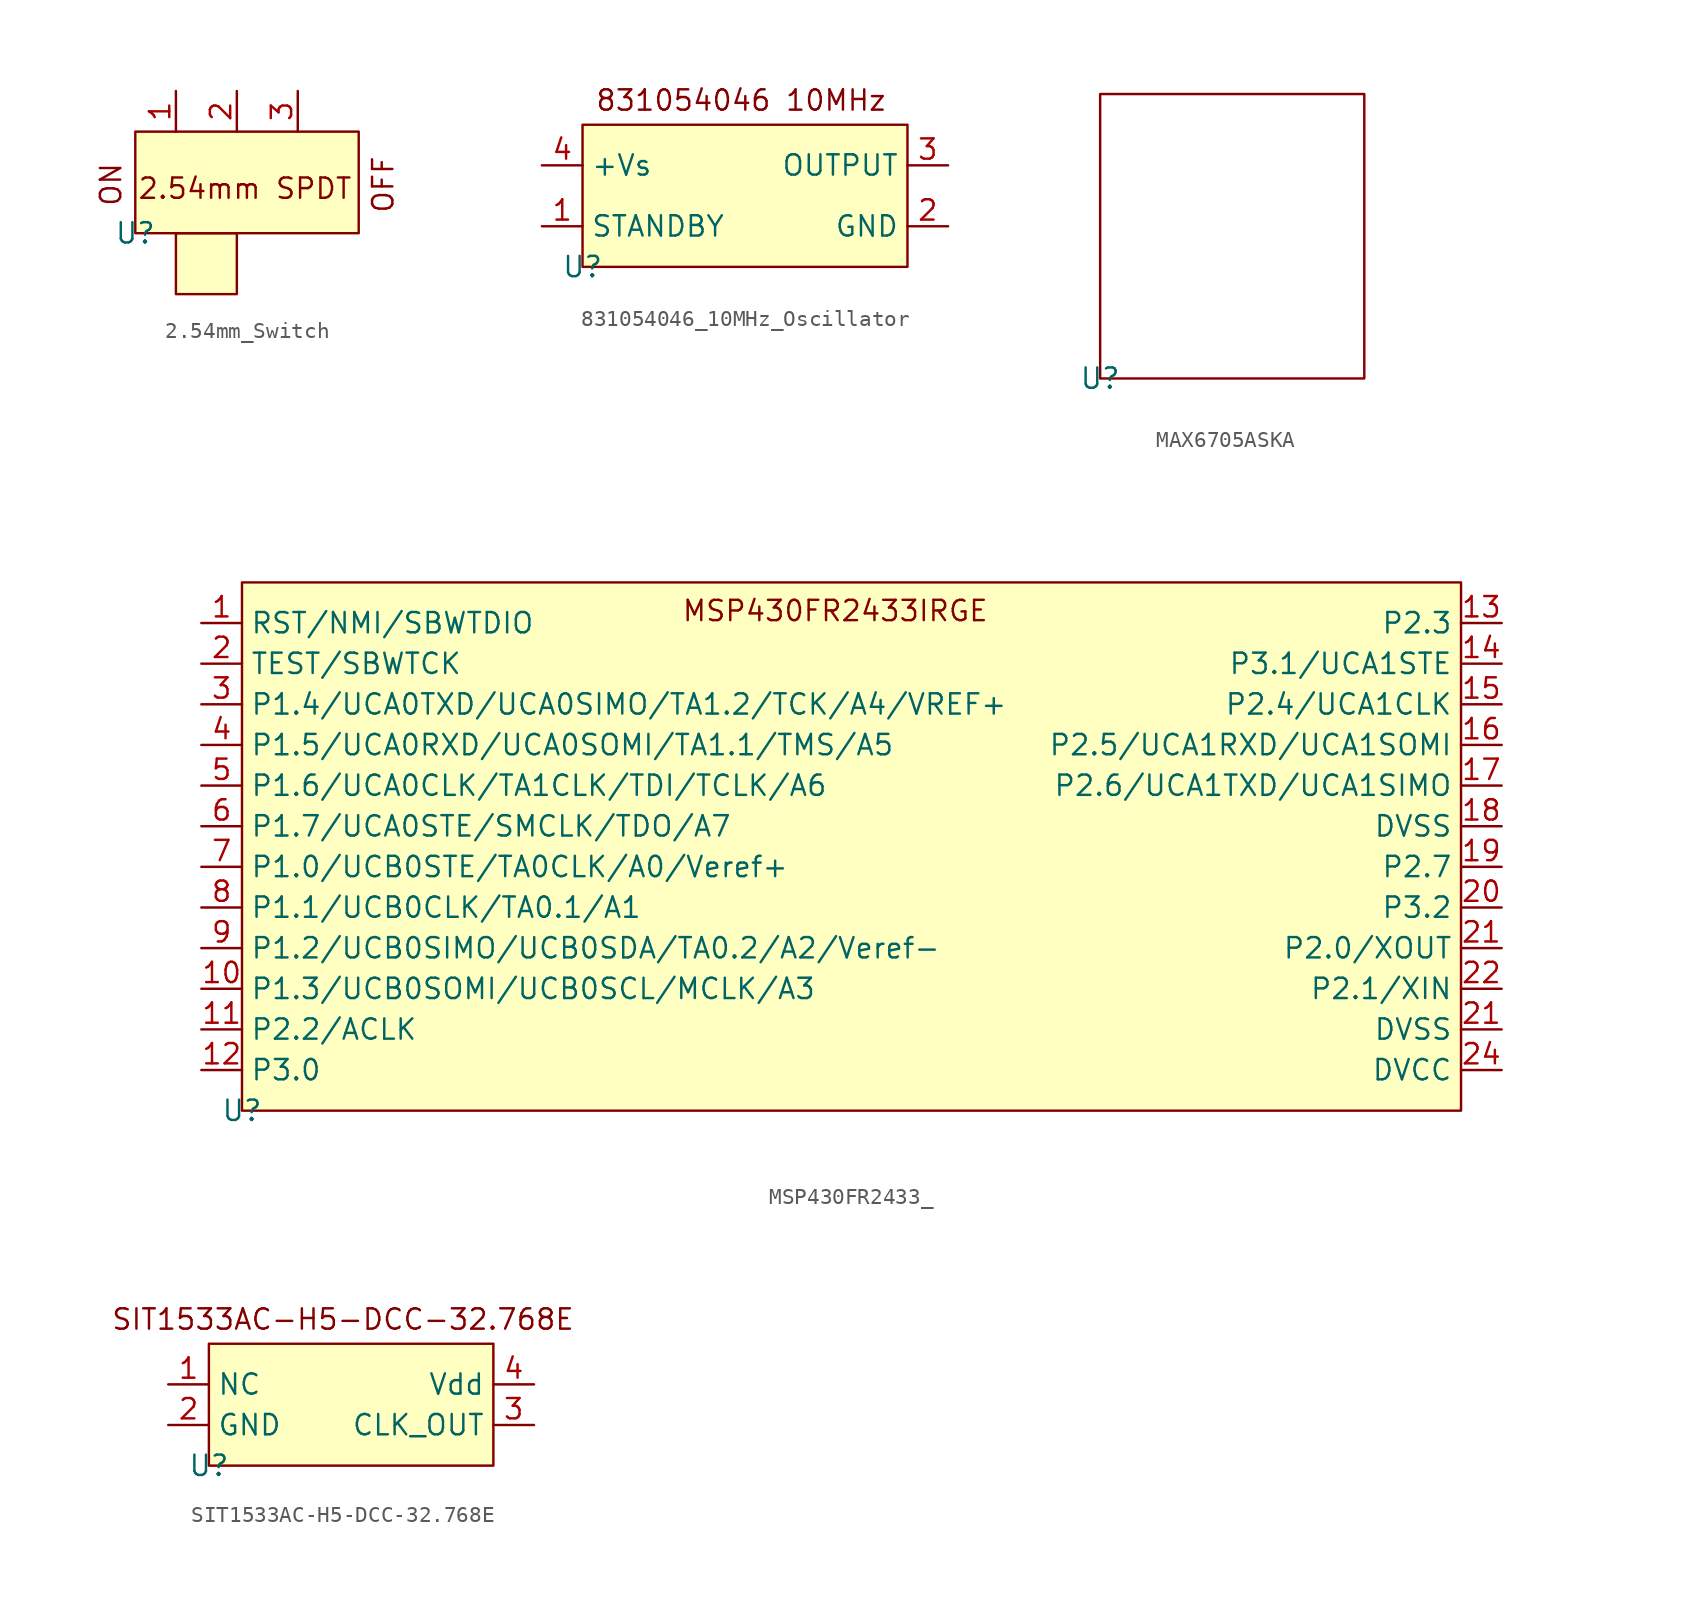
<source format=kicad_sym>
(kicad_symbol_lib
  (version 20231120)
  (generator "kicad_symbol_editor")
  (generator_version "8.0")
  (symbol "2.54mm_Switch"
    (property "Reference" "U"
      (at 0 0 0)
      (effects (font (size 1.27 1.27))))
    (property "Value" ""
      (at 0 0 0)
      (effects (font (size 1.27 1.27))))
    (symbol "2.54mm_Switch_1_1"
      (rectangle (start 0 6.35) (end 13.97 0) (stroke (width 0) (type default)) (fill (type background)))
      (rectangle (start 2.54 0) (end 6.35 -3.81) (stroke (width 0) (type default)) (fill (type background)))
      (text "2.54mm SPDT\n" (at 6.858 2.794 0) (effects (font (size 1.27 1.27))))
      (text "OFF\n" (at 15.494 3.048 900) (effects (font (size 1.27 1.27))))
      (text "ON\n" (at -1.524 3.048 900) (effects (font (size 1.27 1.27))))
      (pin input line (at 2.54 8.89 270) (length 2.54) (name "" (effects (font (size 1.27 1.27)))) (number "1" (effects (font (size 1.27 1.27)))))
      (pin input line (at 6.35 8.89 270) (length 2.54) (name "" (effects (font (size 1.27 1.27)))) (number "2" (effects (font (size 1.27 1.27)))))
      (pin input line (at 10.16 8.89 270) (length 2.54) (name "" (effects (font (size 1.27 1.27)))) (number "3" (effects (font (size 1.27 1.27)))))))
  (symbol "831054046_10MHz_Oscillator"
    (property "Reference" "U"
      (at 0 0 0)
      (effects (font (size 1.27 1.27))))
    (property "Value" ""
      (at 0 0 0)
      (effects (font (size 1.27 1.27))))
    (symbol "831054046_10MHz_Oscillator_1_1"
      (rectangle (start 0 8.89) (end 20.32 0) (stroke (width 0) (type default)) (fill (type background)))
      (text "831054046 10MHz\n" (at 9.906 10.414 0) (effects (font (size 1.27 1.27))))
      (pin input line (at -2.54 2.54 0) (length 2.54) (name "STANDBY" (effects (font (size 1.27 1.27)))) (number "1" (effects (font (size 1.27 1.27)))))
      (pin input line (at 22.86 2.54 180) (length 2.54) (name "GND" (effects (font (size 1.27 1.27)))) (number "2" (effects (font (size 1.27 1.27)))))
      (pin input line (at 22.86 6.35 180) (length 2.54) (name "OUTPUT" (effects (font (size 1.27 1.27)))) (number "3" (effects (font (size 1.27 1.27)))))
      (pin input line (at -2.54 6.35 0) (length 2.54) (name "+Vs" (effects (font (size 1.27 1.27)))) (number "4" (effects (font (size 1.27 1.27)))))))
  (symbol "MAX6705ASKA"
    (property "Reference" "U"
      (at 0 0 0)
      (effects (font (size 1.27 1.27))))
    (property "Value" ""
      (at 0 0 0)
      (effects (font (size 1.27 1.27))))
    (symbol "MAX6705ASKA_0_1"
      (rectangle (start 0 0) (end 16.51 17.78) (stroke (width 0) (type default)) (fill (type none)))))
  (symbol "MSP430FR2433_"
    (property "Reference" "U"
      (at 0 0 0)
      (effects (font (size 1.27 1.27))))
    (property "Value" ""
      (at 0 0 0)
      (effects (font (size 1.27 1.27))))
    (symbol "MSP430FR2433__1_1"
      (rectangle (start 0 33.02) (end 76.2 0) (stroke (width 0) (type default)) (fill (type background)))
      (text "MSP430FR2433IRGE" (at 37.084 31.242 0) (effects (font (size 1.27 1.27))))
      (pin input line (at -2.54 30.48 0) (length 2.54) (name "RST/NMI/SBWTDIO" (effects (font (size 1.27 1.27)))) (number "1" (effects (font (size 1.27 1.27)))))
      (pin input line (at -2.54 7.62 0) (length 2.54) (name "P1.3/UCB0SOMI/UCB0SCL/MCLK/A3" (effects (font (size 1.27 1.27)))) (number "10" (effects (font (size 1.27 1.27)))))
      (pin input line (at -2.54 5.08 0) (length 2.54) (name "P2.2/ACLK" (effects (font (size 1.27 1.27)))) (number "11" (effects (font (size 1.27 1.27)))))
      (pin input line (at -2.54 2.54 0) (length 2.54) (name "P3.0" (effects (font (size 1.27 1.27)))) (number "12" (effects (font (size 1.27 1.27)))))
      (pin input line (at 78.74 30.48 180) (length 2.54) (name "P2.3" (effects (font (size 1.27 1.27)))) (number "13" (effects (font (size 1.27 1.27)))))
      (pin input line (at 78.74 27.94 180) (length 2.54) (name "P3.1/UCA1STE" (effects (font (size 1.27 1.27)))) (number "14" (effects (font (size 1.27 1.27)))))
      (pin input line (at 78.74 25.4 180) (length 2.54) (name "P2.4/UCA1CLK" (effects (font (size 1.27 1.27)))) (number "15" (effects (font (size 1.27 1.27)))))
      (pin input line (at 78.74 22.86 180) (length 2.54) (name "P2.5/UCA1RXD/UCA1SOMI" (effects (font (size 1.27 1.27)))) (number "16" (effects (font (size 1.27 1.27)))))
      (pin input line (at 78.74 20.32 180) (length 2.54) (name "P2.6/UCA1TXD/UCA1SIMO" (effects (font (size 1.27 1.27)))) (number "17" (effects (font (size 1.27 1.27)))))
      (pin input line (at 78.74 17.78 180) (length 2.54) (name "DVSS" (effects (font (size 1.27 1.27)))) (number "18" (effects (font (size 1.27 1.27)))))
      (pin input line (at 78.74 15.24 180) (length 2.54) (name "P2.7" (effects (font (size 1.27 1.27)))) (number "19" (effects (font (size 1.27 1.27)))))
      (pin input line (at -2.54 27.94 0) (length 2.54) (name "TEST/SBWTCK" (effects (font (size 1.27 1.27)))) (number "2" (effects (font (size 1.27 1.27)))))
      (pin input line (at 78.74 12.7 180) (length 2.54) (name "P3.2" (effects (font (size 1.27 1.27)))) (number "20" (effects (font (size 1.27 1.27)))))
      (pin input line (at 78.74 5.08 180) (length 2.54) (name "DVSS" (effects (font (size 1.27 1.27)))) (number "21" (effects (font (size 1.27 1.27)))))
      (pin input line (at 78.74 10.16 180) (length 2.54) (name "P2.0/XOUT" (effects (font (size 1.27 1.27)))) (number "21" (effects (font (size 1.27 1.27)))))
      (pin input line (at 78.74 7.62 180) (length 2.54) (name "P2.1/XIN" (effects (font (size 1.27 1.27)))) (number "22" (effects (font (size 1.27 1.27)))))
      (pin input line (at 78.74 2.54 180) (length 2.54) (name "DVCC" (effects (font (size 1.27 1.27)))) (number "24" (effects (font (size 1.27 1.27)))))
      (pin input line (at -2.54 25.4 0) (length 2.54) (name "P1.4/UCA0TXD/UCA0SIMO/TA1.2/TCK/A4/VREF+" (effects (font (size 1.27 1.27)))) (number "3" (effects (font (size 1.27 1.27)))))
      (pin input line (at -2.54 22.86 0) (length 2.54) (name "P1.5/UCA0RXD/UCA0SOMI/TA1.1/TMS/A5" (effects (font (size 1.27 1.27)))) (number "4" (effects (font (size 1.27 1.27)))))
      (pin input line (at -2.54 20.32 0) (length 2.54) (name "P1.6/UCA0CLK/TA1CLK/TDI/TCLK/A6" (effects (font (size 1.27 1.27)))) (number "5" (effects (font (size 1.27 1.27)))))
      (pin input line (at -2.54 17.78 0) (length 2.54) (name "P1.7/UCA0STE/SMCLK/TDO/A7" (effects (font (size 1.27 1.27)))) (number "6" (effects (font (size 1.27 1.27)))))
      (pin input line (at -2.54 15.24 0) (length 2.54) (name "P1.0/UCB0STE/TA0CLK/A0/Veref+" (effects (font (size 1.27 1.27)))) (number "7" (effects (font (size 1.27 1.27)))))
      (pin input line (at -2.54 12.7 0) (length 2.54) (name "P1.1/UCB0CLK/TA0.1/A1" (effects (font (size 1.27 1.27)))) (number "8" (effects (font (size 1.27 1.27)))))
      (pin input line (at -2.54 10.16 0) (length 2.54) (name "P1.2/UCB0SIMO/UCB0SDA/TA0.2/A2/Veref-" (effects (font (size 1.27 1.27)))) (number "9" (effects (font (size 1.27 1.27)))))))
  (symbol "SIT1533AC-H5-DCC-32.768E"
    (property "Reference" "U"
      (at 0 0 0)
      (effects (font (size 1.27 1.27))))
    (property "Value" ""
      (at 0 0 0)
      (effects (font (size 1.27 1.27))))
    (symbol "SIT1533AC-H5-DCC-32.768E_1_1"
      (rectangle (start 0 7.62) (end 17.78 0) (stroke (width 0) (type default)) (fill (type background)))
      (text "SIT1533AC-H5-DCC-32.768E\n" (at 8.382 9.144 0) (effects (font (size 1.27 1.27))))
      (pin input line (at -2.54 5.08 0) (length 2.54) (name "NC" (effects (font (size 1.27 1.27)))) (number "1" (effects (font (size 1.27 1.27)))))
      (pin input line (at -2.54 2.54 0) (length 2.54) (name "GND" (effects (font (size 1.27 1.27)))) (number "2" (effects (font (size 1.27 1.27)))))
      (pin input line (at 20.32 2.54 180) (length 2.54) (name "CLK_OUT" (effects (font (size 1.27 1.27)))) (number "3" (effects (font (size 1.27 1.27)))))
      (pin input line (at 20.32 5.08 180) (length 2.54) (name "Vdd" (effects (font (size 1.27 1.27)))) (number "4" (effects (font (size 1.27 1.27))))))))
</source>
